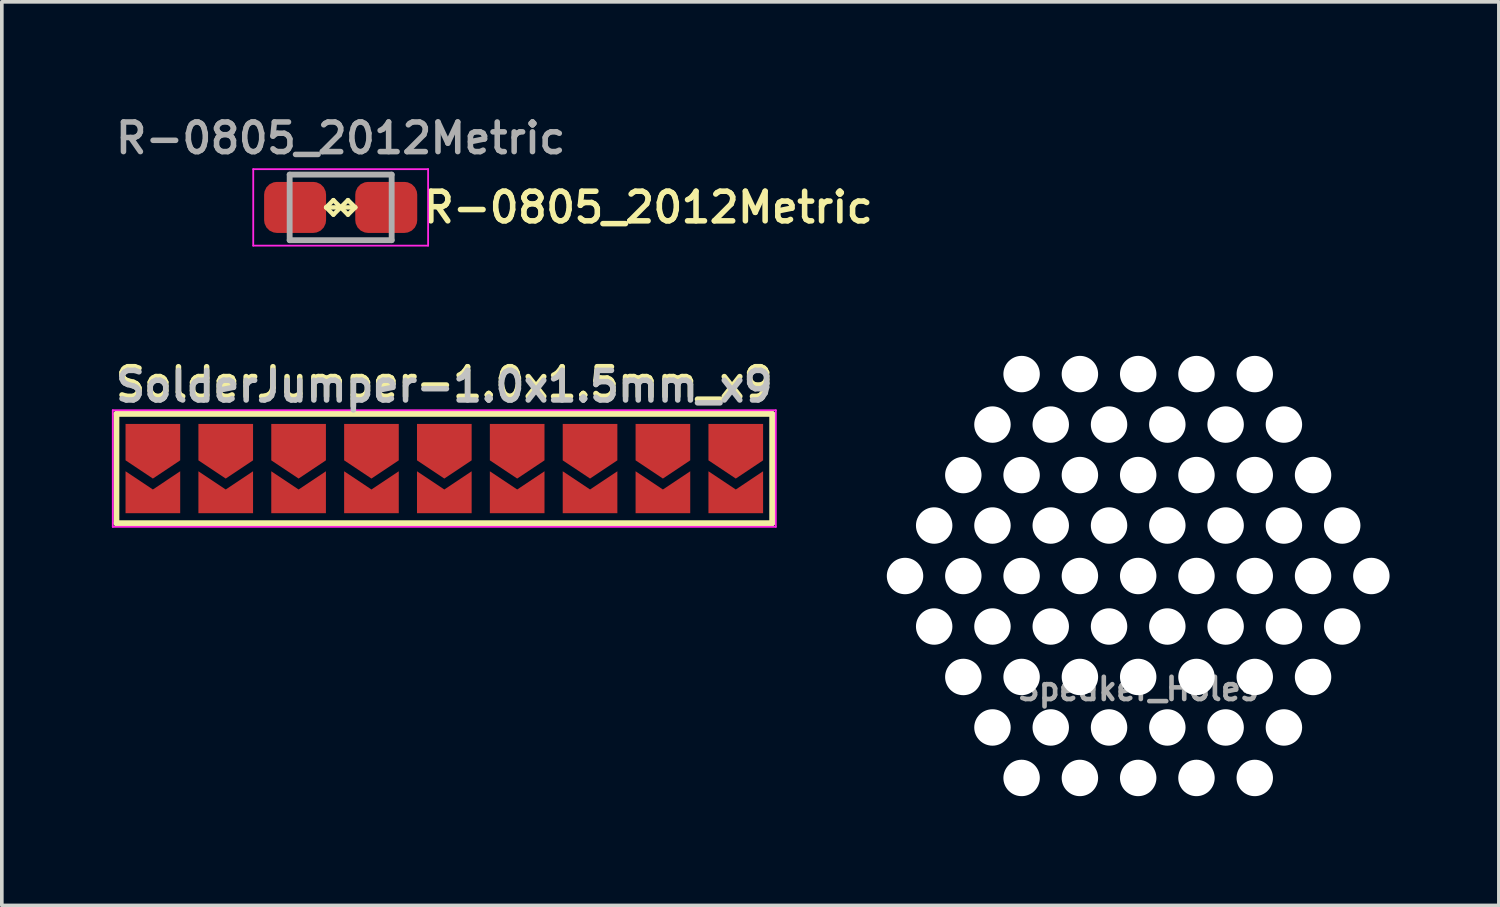
<source format=kicad_pcb>
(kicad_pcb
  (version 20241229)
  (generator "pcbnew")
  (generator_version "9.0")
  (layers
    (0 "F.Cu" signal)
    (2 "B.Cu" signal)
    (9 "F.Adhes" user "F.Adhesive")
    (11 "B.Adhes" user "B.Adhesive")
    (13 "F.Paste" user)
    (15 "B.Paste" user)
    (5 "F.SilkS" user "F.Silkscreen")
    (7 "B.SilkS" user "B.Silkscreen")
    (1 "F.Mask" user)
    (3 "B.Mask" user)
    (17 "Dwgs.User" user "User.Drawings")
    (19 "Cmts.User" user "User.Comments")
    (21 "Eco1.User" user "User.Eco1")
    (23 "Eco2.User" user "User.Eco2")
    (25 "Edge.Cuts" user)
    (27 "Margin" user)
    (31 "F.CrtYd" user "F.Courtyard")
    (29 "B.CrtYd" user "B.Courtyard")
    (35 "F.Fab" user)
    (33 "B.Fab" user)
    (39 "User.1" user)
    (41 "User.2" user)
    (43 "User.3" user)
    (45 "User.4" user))
  (footprint "SolderJumper-1.0x1.5mm_x9"
    (layer "F.Cu")
    (at 9.146 9.811)
    (property "Reference" "SolderJumper-1.0x1.5mm_x9" (at 0 -2.25 0) (layer "Dwgs.User") (effects (font (size 0.813 0.813) (thickness 0.152))))
    (property "Value" "SolderJumper-1.0x1.5mm_x9" (at 0 -2.35 0) (layer "F.Fab") (hide yes) (effects (font (size 0.813 0.813) (thickness 0.152))))
    (attr exclude_from_pos_files exclude_from_bom)
    (fp_poly (pts (xy -7.3 1.2) (xy -8.7 1.2) (xy -8.7 -1.2) (xy -7.3 -1.2)) (stroke (width 0.1) (type solid)) (fill yes) (layer "F.Mask"))
    (fp_poly (pts (xy -5.3 1.2) (xy -6.7 1.2) (xy -6.7 -1.2) (xy -5.3 -1.2)) (stroke (width 0.1) (type solid)) (fill yes) (layer "F.Mask"))
    (fp_poly (pts (xy -3.3 1.2) (xy -4.7 1.2) (xy -4.7 -1.2) (xy -3.3 -1.2)) (stroke (width 0.1) (type solid)) (fill yes) (layer "F.Mask"))
    (fp_poly (pts (xy -1.3 1.2) (xy -2.7 1.2) (xy -2.7 -1.2) (xy -1.3 -1.2)) (stroke (width 0.1) (type solid)) (fill yes) (layer "F.Mask"))
    (fp_poly (pts (xy 0.7 1.2) (xy -0.7 1.2) (xy -0.7 -1.2) (xy 0.7 -1.2)) (stroke (width 0.1) (type solid)) (fill yes) (layer "F.Mask"))
    (fp_poly (pts (xy 2.7 1.2) (xy 1.3 1.2) (xy 1.3 -1.2) (xy 2.7 -1.2)) (stroke (width 0.1) (type solid)) (fill yes) (layer "F.Mask"))
    (fp_poly (pts (xy 4.7 1.2) (xy 3.3 1.2) (xy 3.3 -1.2) (xy 4.7 -1.2)) (stroke (width 0.1) (type solid)) (fill yes) (layer "F.Mask"))
    (fp_poly (pts (xy 6.7 1.2) (xy 5.3 1.2) (xy 5.3 -1.2) (xy 6.7 -1.2)) (stroke (width 0.1) (type solid)) (fill yes) (layer "F.Mask"))
    (fp_poly (pts (xy 8.7 1.2) (xy 7.3 1.2) (xy 7.3 -1.2) (xy 8.7 -1.2)) (stroke (width 0.1) (type solid)) (fill yes) (layer "F.Mask"))
    (fp_line (start -9 -1.5) (end 9 -1.5) (stroke (width 0.16) (type solid)) (layer "F.SilkS"))
    (fp_line (start -9 1.5) (end -9 -1.5) (stroke (width 0.16) (type solid)) (layer "F.SilkS"))
    (fp_line (start 9 -1.5) (end 9 1.5) (stroke (width 0.16) (type solid)) (layer "F.SilkS"))
    (fp_line (start 9 1.5) (end -9 1.5) (stroke (width 0.16) (type solid)) (layer "F.SilkS"))
    (fp_line (start -9.1 -1.6) (end -9.1 1.6) (stroke (width 0.05) (type solid)) (layer "F.CrtYd"))
    (fp_line (start -9.1 -1.6) (end 9.1 -1.6) (stroke (width 0.05) (type solid)) (layer "F.CrtYd"))
    (fp_line (start 9.1 1.6) (end -9.1 1.6) (stroke (width 0.05) (type solid)) (layer "F.CrtYd"))
    (fp_line (start 9.1 1.6) (end 9.1 -1.6) (stroke (width 0.05) (type solid)) (layer "F.CrtYd"))
    (fp_text user "${VALUE}" (at 0 -2.35 0) (layer "F.SilkS") (effects (font (size 0.813 0.813) (thickness 0.152))))
    (pad "1" smd custom (at -8 -0.725 270) (size 0.01 0.01) (layers "F.Cu" "F.Mask") (options (anchor rect)) (primitives (gr_poly (pts (xy -0.5 -0.75) (xy 0.5 -0.75) (xy 1 0) (xy 0.5 0.75) (xy -0.5 0.75)) (width 0) (fill yes))))
    (pad "2" smd custom (at -8 0.725 270) (size 0.01 0.01) (layers "F.Cu" "F.Mask") (options (anchor rect)) (primitives (gr_poly (pts (xy -0.65 -0.75) (xy 0.5 -0.75) (xy 0.5 0.75) (xy -0.65 0.75) (xy -0.15 0)) (width 0) (fill yes))))
    (pad "3" smd custom (at -6 -0.725 270) (size 0.01 0.01) (layers "F.Cu" "F.Mask") (options (anchor rect)) (primitives (gr_poly (pts (xy -0.5 -0.75) (xy 0.5 -0.75) (xy 1 0) (xy 0.5 0.75) (xy -0.5 0.75)) (width 0) (fill yes))))
    (pad "4" smd custom (at -6 0.725 270) (size 0.01 0.01) (layers "F.Cu" "F.Mask") (options (anchor rect)) (primitives (gr_poly (pts (xy -0.65 -0.75) (xy 0.5 -0.75) (xy 0.5 0.75) (xy -0.65 0.75) (xy -0.15 0)) (width 0) (fill yes))))
    (pad "5" smd custom (at -4 -0.725 270) (size 0.01 0.01) (layers "F.Cu" "F.Mask") (options (anchor rect)) (primitives (gr_poly (pts (xy -0.5 -0.75) (xy 0.5 -0.75) (xy 1 0) (xy 0.5 0.75) (xy -0.5 0.75)) (width 0) (fill yes))))
    (pad "6" smd custom (at -4 0.725 270) (size 0.01 0.01) (layers "F.Cu" "F.Mask") (options (anchor rect)) (primitives (gr_poly (pts (xy -0.65 -0.75) (xy 0.5 -0.75) (xy 0.5 0.75) (xy -0.65 0.75) (xy -0.15 0)) (width 0) (fill yes))))
    (pad "7" smd custom (at -2 -0.725 270) (size 0.01 0.01) (layers "F.Cu" "F.Mask") (options (anchor rect)) (primitives (gr_poly (pts (xy -0.5 -0.75) (xy 0.5 -0.75) (xy 1 0) (xy 0.5 0.75) (xy -0.5 0.75)) (width 0) (fill yes))))
    (pad "8" smd custom (at -2 0.725 270) (size 0.01 0.01) (layers "F.Cu" "F.Mask") (options (anchor rect)) (primitives (gr_poly (pts (xy -0.65 -0.75) (xy 0.5 -0.75) (xy 0.5 0.75) (xy -0.65 0.75) (xy -0.15 0)) (width 0) (fill yes))))
    (pad "9" smd custom (at 0 -0.725 270) (size 0.01 0.01) (layers "F.Cu" "F.Mask") (options (anchor rect)) (primitives (gr_poly (pts (xy -0.5 -0.75) (xy 0.5 -0.75) (xy 1 0) (xy 0.5 0.75) (xy -0.5 0.75)) (width 0) (fill yes))))
    (pad "10" smd custom (at 0 0.725 270) (size 0.01 0.01) (layers "F.Cu" "F.Mask") (options (anchor rect)) (primitives (gr_poly (pts (xy -0.65 -0.75) (xy 0.5 -0.75) (xy 0.5 0.75) (xy -0.65 0.75) (xy -0.15 0)) (width 0) (fill yes))))
    (pad "11" smd custom (at 2 -0.725 270) (size 0.01 0.01) (layers "F.Cu" "F.Mask") (options (anchor rect)) (primitives (gr_poly (pts (xy -0.5 -0.75) (xy 0.5 -0.75) (xy 1 0) (xy 0.5 0.75) (xy -0.5 0.75)) (width 0) (fill yes))))
    (pad "12" smd custom (at 2 0.725 270) (size 0.01 0.01) (layers "F.Cu" "F.Mask") (options (anchor rect)) (primitives (gr_poly (pts (xy -0.65 -0.75) (xy 0.5 -0.75) (xy 0.5 0.75) (xy -0.65 0.75) (xy -0.15 0)) (width 0) (fill yes))))
    (pad "13" smd custom (at 4 -0.725 270) (size 0.01 0.01) (layers "F.Cu" "F.Mask") (options (anchor rect)) (primitives (gr_poly (pts (xy -0.5 -0.75) (xy 0.5 -0.75) (xy 1 0) (xy 0.5 0.75) (xy -0.5 0.75)) (width 0) (fill yes))))
    (pad "14" smd custom (at 4 0.725 270) (size 0.01 0.01) (layers "F.Cu" "F.Mask") (options (anchor rect)) (primitives (gr_poly (pts (xy -0.65 -0.75) (xy 0.5 -0.75) (xy 0.5 0.75) (xy -0.65 0.75) (xy -0.15 0)) (width 0) (fill yes))))
    (pad "15" smd custom (at 6 -0.725 270) (size 0.01 0.01) (layers "F.Cu" "F.Mask") (options (anchor rect)) (primitives (gr_poly (pts (xy -0.5 -0.75) (xy 0.5 -0.75) (xy 1 0) (xy 0.5 0.75) (xy -0.5 0.75)) (width 0) (fill yes))))
    (pad "16" smd custom (at 6 0.725 270) (size 0.01 0.01) (layers "F.Cu" "F.Mask") (options (anchor rect)) (primitives (gr_poly (pts (xy -0.65 -0.75) (xy 0.5 -0.75) (xy 0.5 0.75) (xy -0.65 0.75) (xy -0.15 0)) (width 0) (fill yes))))
    (pad "17" smd custom (at 8 -0.725 270) (size 0.01 0.01) (layers "F.Cu" "F.Mask") (options (anchor rect)) (primitives (gr_poly (pts (xy -0.5 -0.75) (xy 0.5 -0.75) (xy 1 0) (xy 0.5 0.75) (xy -0.5 0.75)) (width 0) (fill yes))))
    (pad "18" smd custom (at 8 0.725 270) (size 0.01 0.01) (layers "F.Cu" "F.Mask") (options (anchor rect)) (primitives (gr_poly (pts (xy -0.65 -0.75) (xy 0.5 -0.75) (xy 0.5 0.75) (xy -0.65 0.75) (xy -0.15 0)) (width 0) (fill yes)))))
  (footprint "R-0805_2012Metric"
    (layer "F.Cu")
    (at 6.301 2.643)
    (property "Reference" "R-0805_2012Metric" (at 2.182 0 0) (layer "F.SilkS") (effects (font (size 0.813 0.813) (thickness 0.152)) (justify left)))
    (attr smd)
    (fp_line (start -0.4 0) (end -0.2 0.2) (stroke (width 0.12) (type solid)) (layer "F.SilkS"))
    (fp_line (start -0.4 0) (end 0.4 0) (stroke (width 0.12) (type solid)) (layer "F.SilkS"))
    (fp_line (start -0.2 -0.2) (end -0.4 0) (stroke (width 0.12) (type solid)) (layer "F.SilkS"))
    (fp_line (start -0.2 0.2) (end 0 0) (stroke (width 0.12) (type solid)) (layer "F.SilkS"))
    (fp_line (start 0 0) (end -0.2 -0.2) (stroke (width 0.12) (type solid)) (layer "F.SilkS"))
    (fp_line (start 0 0) (end 0.2 0.2) (stroke (width 0.12) (type solid)) (layer "F.SilkS"))
    (fp_line (start 0.2 -0.2) (end 0 0) (stroke (width 0.12) (type solid)) (layer "F.SilkS"))
    (fp_line (start 0.2 0.2) (end 0.4 0) (stroke (width 0.12) (type solid)) (layer "F.SilkS"))
    (fp_line (start 0.4 0) (end 0.2 -0.2) (stroke (width 0.12) (type solid)) (layer "F.SilkS"))
    (fp_line (start -2.4 -1.05) (end -2.4 1.05) (stroke (width 0.05) (type solid)) (layer "F.CrtYd"))
    (fp_line (start -2.4 -1.05) (end 2.4 -1.05) (stroke (width 0.05) (type solid)) (layer "F.CrtYd"))
    (fp_line (start 2.4 -1.05) (end 2.4 1.05) (stroke (width 0.05) (type solid)) (layer "F.CrtYd"))
    (fp_line (start 2.4 1.05) (end -2.4 1.05) (stroke (width 0.05) (type solid)) (layer "F.CrtYd"))
    (fp_line (start -1.4 -0.9) (end 1.4 -0.9) (stroke (width 0.16) (type solid)) (layer "F.Fab"))
    (fp_line (start -1.4 0.9) (end -1.4 -0.9) (stroke (width 0.16) (type solid)) (layer "F.Fab"))
    (fp_line (start 1.4 -0.9) (end 1.4 0.9) (stroke (width 0.16) (type solid)) (layer "F.Fab"))
    (fp_line (start 1.4 0.9) (end -1.4 0.9) (stroke (width 0.16) (type solid)) (layer "F.Fab"))
    (fp_text user "${REFERENCE}" (at 0 -1.9 0) (layer "F.Fab") (effects (font (size 0.813 0.813) (thickness 0.152))))
    (pad "1" smd roundrect (at -1.251 0) (size 1.701 1.4) (layers "F.Cu" "F.Mask" "F.Paste") (roundrect_rratio 0.25))
    (pad "2" smd roundrect (at 1.251 0) (size 1.701 1.4) (layers "F.Cu" "F.Mask" "F.Paste") (roundrect_rratio 0.25)))
  (footprint "Speaker_Holes"
    (layer "F.Cu")
    (at 28.192 12.761)
    (property "Reference" "Speaker_Holes" (at 0 3.1 0) (layer "F.Fab") (effects (font (size 0.61 0.61) (thickness 0.127))))
    (attr exclude_from_pos_files exclude_from_bom)
    (pad "" np_thru_hole circle (at -6.4 0) (size 1 1) (drill 1) (layers "*.Cu" "*.Mask"))
    (pad "" np_thru_hole circle (at -5.6 -1.386) (size 1 1) (drill 1) (layers "*.Cu" "*.Mask"))
    (pad "" np_thru_hole circle (at -5.6 1.386) (size 1 1) (drill 1) (layers "*.Cu" "*.Mask"))
    (pad "" np_thru_hole circle (at -4.8 -2.771) (size 1 1) (drill 1) (layers "*.Cu" "*.Mask"))
    (pad "" np_thru_hole circle (at -4.8 0) (size 1 1) (drill 1) (layers "*.Cu" "*.Mask"))
    (pad "" np_thru_hole circle (at -4.8 2.771) (size 1 1) (drill 1) (layers "*.Cu" "*.Mask"))
    (pad "" np_thru_hole circle (at -4 -4.157) (size 1 1) (drill 1) (layers "*.Cu" "*.Mask"))
    (pad "" np_thru_hole circle (at -4 -1.386) (size 1 1) (drill 1) (layers "*.Cu" "*.Mask"))
    (pad "" np_thru_hole circle (at -4 1.386) (size 1 1) (drill 1) (layers "*.Cu" "*.Mask"))
    (pad "" np_thru_hole circle (at -4 4.157) (size 1 1) (drill 1) (layers "*.Cu" "*.Mask"))
    (pad "" np_thru_hole circle (at -3.2 -5.543) (size 1 1) (drill 1) (layers "*.Cu" "*.Mask"))
    (pad "" np_thru_hole circle (at -3.2 -2.771) (size 1 1) (drill 1) (layers "*.Cu" "*.Mask"))
    (pad "" np_thru_hole circle (at -3.2 0) (size 1 1) (drill 1) (layers "*.Cu" "*.Mask"))
    (pad "" np_thru_hole circle (at -3.2 2.771) (size 1 1) (drill 1) (layers "*.Cu" "*.Mask"))
    (pad "" np_thru_hole circle (at -3.2 5.543) (size 1 1) (drill 1) (layers "*.Cu" "*.Mask"))
    (pad "" np_thru_hole circle (at -2.4 -4.157) (size 1 1) (drill 1) (layers "*.Cu" "*.Mask"))
    (pad "" np_thru_hole circle (at -2.4 -1.386) (size 1 1) (drill 1) (layers "*.Cu" "*.Mask"))
    (pad "" np_thru_hole circle (at -2.4 1.386) (size 1 1) (drill 1) (layers "*.Cu" "*.Mask"))
    (pad "" np_thru_hole circle (at -2.4 4.157) (size 1 1) (drill 1) (layers "*.Cu" "*.Mask"))
    (pad "" np_thru_hole circle (at -1.6 -5.543) (size 1 1) (drill 1) (layers "*.Cu" "*.Mask"))
    (pad "" np_thru_hole circle (at -1.6 -2.771) (size 1 1) (drill 1) (layers "*.Cu" "*.Mask"))
    (pad "" np_thru_hole circle (at -1.6 0) (size 1 1) (drill 1) (layers "*.Cu" "*.Mask"))
    (pad "" np_thru_hole circle (at -1.6 2.771) (size 1 1) (drill 1) (layers "*.Cu" "*.Mask"))
    (pad "" np_thru_hole circle (at -1.6 5.543) (size 1 1) (drill 1) (layers "*.Cu" "*.Mask"))
    (pad "" np_thru_hole circle (at -0.8 -4.157) (size 1 1) (drill 1) (layers "*.Cu" "*.Mask"))
    (pad "" np_thru_hole circle (at -0.8 -1.386) (size 1 1) (drill 1) (layers "*.Cu" "*.Mask"))
    (pad "" np_thru_hole circle (at -0.8 1.386) (size 1 1) (drill 1) (layers "*.Cu" "*.Mask"))
    (pad "" np_thru_hole circle (at -0.8 4.157) (size 1 1) (drill 1) (layers "*.Cu" "*.Mask"))
    (pad "" np_thru_hole circle (at 0 -5.543) (size 1 1) (drill 1) (layers "*.Cu" "*.Mask"))
    (pad "" np_thru_hole circle (at 0 -2.771) (size 1 1) (drill 1) (layers "*.Cu" "*.Mask"))
    (pad "" np_thru_hole circle (at 0 0) (size 1 1) (drill 1) (layers "*.Cu" "*.Mask"))
    (pad "" np_thru_hole circle (at 0 2.771) (size 1 1) (drill 1) (layers "*.Cu" "*.Mask"))
    (pad "" np_thru_hole circle (at 0 5.543) (size 1 1) (drill 1) (layers "*.Cu" "*.Mask"))
    (pad "" np_thru_hole circle (at 0.8 -4.157) (size 1 1) (drill 1) (layers "*.Cu" "*.Mask"))
    (pad "" np_thru_hole circle (at 0.8 -1.386) (size 1 1) (drill 1) (layers "*.Cu" "*.Mask"))
    (pad "" np_thru_hole circle (at 0.8 1.386) (size 1 1) (drill 1) (layers "*.Cu" "*.Mask"))
    (pad "" np_thru_hole circle (at 0.8 4.157) (size 1 1) (drill 1) (layers "*.Cu" "*.Mask"))
    (pad "" np_thru_hole circle (at 1.6 -5.543) (size 1 1) (drill 1) (layers "*.Cu" "*.Mask"))
    (pad "" np_thru_hole circle (at 1.6 -2.771) (size 1 1) (drill 1) (layers "*.Cu" "*.Mask"))
    (pad "" np_thru_hole circle (at 1.6 0) (size 1 1) (drill 1) (layers "*.Cu" "*.Mask"))
    (pad "" np_thru_hole circle (at 1.6 2.771) (size 1 1) (drill 1) (layers "*.Cu" "*.Mask"))
    (pad "" np_thru_hole circle (at 1.6 5.543) (size 1 1) (drill 1) (layers "*.Cu" "*.Mask"))
    (pad "" np_thru_hole circle (at 2.4 -4.157) (size 1 1) (drill 1) (layers "*.Cu" "*.Mask"))
    (pad "" np_thru_hole circle (at 2.4 -1.386) (size 1 1) (drill 1) (layers "*.Cu" "*.Mask"))
    (pad "" np_thru_hole circle (at 2.4 1.386) (size 1 1) (drill 1) (layers "*.Cu" "*.Mask"))
    (pad "" np_thru_hole circle (at 2.4 4.157) (size 1 1) (drill 1) (layers "*.Cu" "*.Mask"))
    (pad "" np_thru_hole circle (at 3.2 -5.543) (size 1 1) (drill 1) (layers "*.Cu" "*.Mask"))
    (pad "" np_thru_hole circle (at 3.2 -2.771) (size 1 1) (drill 1) (layers "*.Cu" "*.Mask"))
    (pad "" np_thru_hole circle (at 3.2 0) (size 1 1) (drill 1) (layers "*.Cu" "*.Mask"))
    (pad "" np_thru_hole circle (at 3.2 2.771) (size 1 1) (drill 1) (layers "*.Cu" "*.Mask"))
    (pad "" np_thru_hole circle (at 3.2 5.543) (size 1 1) (drill 1) (layers "*.Cu" "*.Mask"))
    (pad "" np_thru_hole circle (at 4 -4.157) (size 1 1) (drill 1) (layers "*.Cu" "*.Mask"))
    (pad "" np_thru_hole circle (at 4 -1.386) (size 1 1) (drill 1) (layers "*.Cu" "*.Mask"))
    (pad "" np_thru_hole circle (at 4 1.386) (size 1 1) (drill 1) (layers "*.Cu" "*.Mask"))
    (pad "" np_thru_hole circle (at 4 4.157) (size 1 1) (drill 1) (layers "*.Cu" "*.Mask"))
    (pad "" np_thru_hole circle (at 4.8 -2.771) (size 1 1) (drill 1) (layers "*.Cu" "*.Mask"))
    (pad "" np_thru_hole circle (at 4.8 0) (size 1 1) (drill 1) (layers "*.Cu" "*.Mask"))
    (pad "" np_thru_hole circle (at 4.8 2.771) (size 1 1) (drill 1) (layers "*.Cu" "*.Mask"))
    (pad "" np_thru_hole circle (at 5.6 -1.386) (size 1 1) (drill 1) (layers "*.Cu" "*.Mask"))
    (pad "" np_thru_hole circle (at 5.6 1.386) (size 1 1) (drill 1) (layers "*.Cu" "*.Mask"))
    (pad "" np_thru_hole circle (at 6.4 0) (size 1 1) (drill 1) (layers "*.Cu" "*.Mask")))
  (gr_rect
    (start -3 -3)
    (end 38.092 21.803)
    (stroke (width 0.1) (type default))
    (fill no)
    (layer "Edge.Cuts")))
</source>
